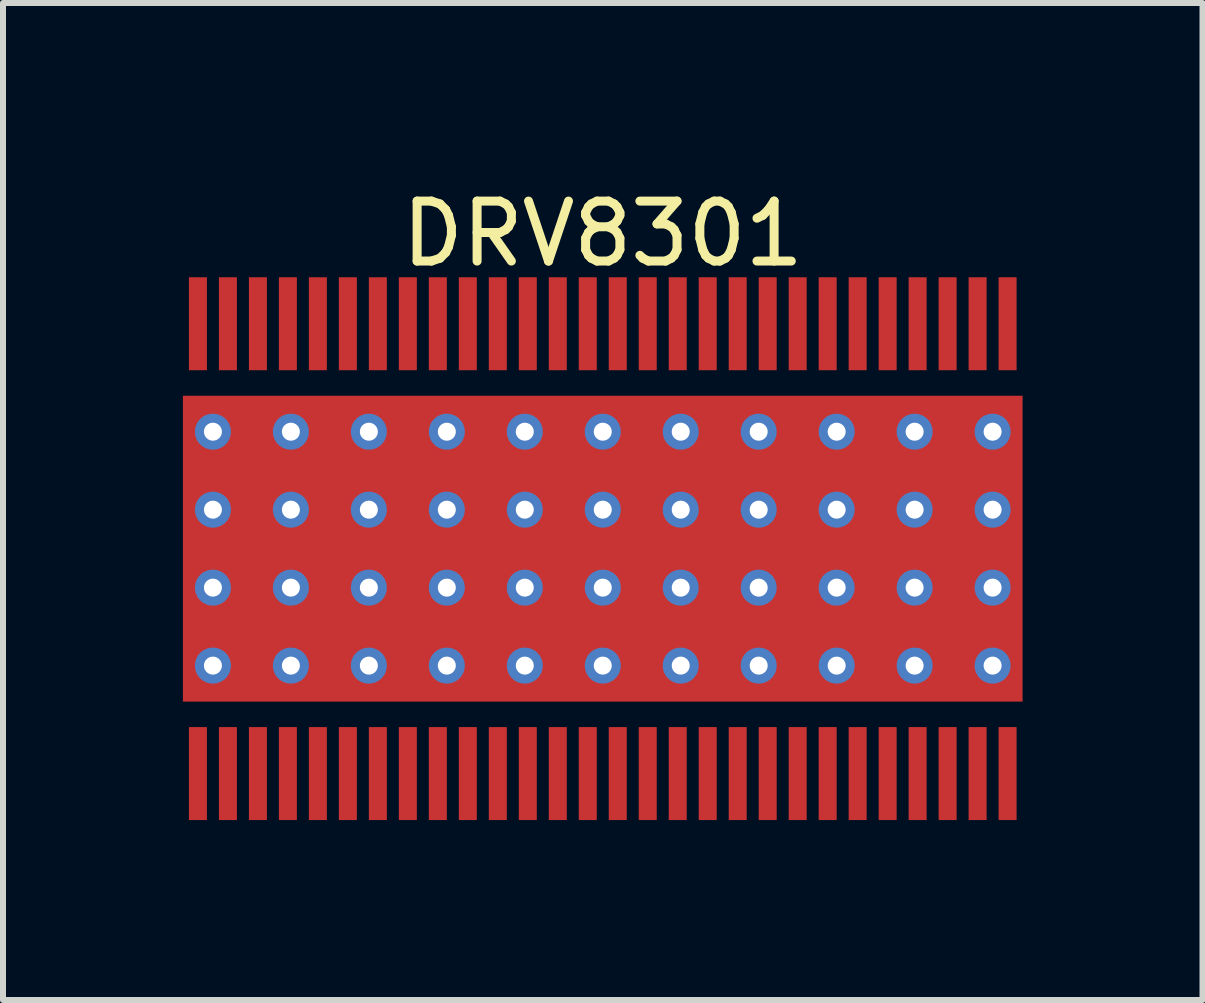
<source format=kicad_pcb>
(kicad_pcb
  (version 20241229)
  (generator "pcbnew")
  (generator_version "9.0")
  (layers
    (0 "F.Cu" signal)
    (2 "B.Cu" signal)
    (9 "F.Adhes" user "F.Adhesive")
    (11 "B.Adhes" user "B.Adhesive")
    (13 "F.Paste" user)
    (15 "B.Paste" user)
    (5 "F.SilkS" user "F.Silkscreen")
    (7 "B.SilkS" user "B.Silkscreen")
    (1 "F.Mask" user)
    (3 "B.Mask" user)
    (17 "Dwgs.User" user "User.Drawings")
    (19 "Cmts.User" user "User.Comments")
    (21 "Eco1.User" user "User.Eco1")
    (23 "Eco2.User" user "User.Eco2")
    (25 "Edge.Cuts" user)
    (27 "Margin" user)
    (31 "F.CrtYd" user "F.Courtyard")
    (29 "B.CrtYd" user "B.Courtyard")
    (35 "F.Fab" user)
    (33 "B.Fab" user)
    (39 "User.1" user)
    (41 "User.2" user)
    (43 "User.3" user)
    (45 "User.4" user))
  (footprint "DRV8301"
    (layer "F.Cu")
    (at 7 6.098)
    (property "Reference" "DRV8301" (at 0 -5.25 0) (layer "F.SilkS") (effects (font (size 1 1) (thickness 0.15))))
    (attr through_hole)
    (pad "" smd rect (at -1.6 -0.9) (size 2.7 1.4) (layers "F.Paste"))
    (pad "" smd rect (at -1.6 0.9) (size 2.7 1.4) (layers "F.Paste"))
    (pad "" smd rect (at 0 0) (size 6.35 3.61) (layers "F.Mask"))
    (pad "" smd rect (at 1.6 -0.9) (size 2.7 1.4) (layers "F.Paste"))
    (pad "" smd rect (at 1.6 0.9) (size 2.7 1.4) (layers "F.Paste"))
    (pad "1" smd rect (at -6.75 3.75) (size 0.3 1.55) (layers "F.Cu" "F.Mask" "F.Paste"))
    (pad "2" smd rect (at -6.25 3.75) (size 0.3 1.55) (layers "F.Cu" "F.Mask" "F.Paste"))
    (pad "3" smd rect (at -5.75 3.75) (size 0.3 1.55) (layers "F.Cu" "F.Mask" "F.Paste"))
    (pad "4" smd rect (at -5.25 3.75) (size 0.3 1.55) (layers "F.Cu" "F.Mask" "F.Paste"))
    (pad "5" smd rect (at -4.75 3.75) (size 0.3 1.55) (layers "F.Cu" "F.Mask" "F.Paste"))
    (pad "6" smd rect (at -4.25 3.75) (size 0.3 1.55) (layers "F.Cu" "F.Mask" "F.Paste"))
    (pad "7" smd rect (at -3.75 3.75) (size 0.3 1.55) (layers "F.Cu" "F.Mask" "F.Paste"))
    (pad "8" smd rect (at -3.25 3.75) (size 0.3 1.55) (layers "F.Cu" "F.Mask" "F.Paste"))
    (pad "9" smd rect (at -2.75 3.75) (size 0.3 1.55) (layers "F.Cu" "F.Mask" "F.Paste"))
    (pad "10" smd rect (at -2.25 3.75) (size 0.3 1.55) (layers "F.Cu" "F.Mask" "F.Paste"))
    (pad "11" smd rect (at -1.75 3.75) (size 0.3 1.55) (layers "F.Cu" "F.Mask" "F.Paste"))
    (pad "12" smd rect (at -1.25 3.75) (size 0.3 1.55) (layers "F.Cu" "F.Mask" "F.Paste"))
    (pad "13" smd rect (at -0.75 3.75) (size 0.3 1.55) (layers "F.Cu" "F.Mask" "F.Paste"))
    (pad "14" smd rect (at -0.25 3.75) (size 0.3 1.55) (layers "F.Cu" "F.Mask" "F.Paste"))
    (pad "15" smd rect (at 0.25 3.75) (size 0.3 1.55) (layers "F.Cu" "F.Mask" "F.Paste"))
    (pad "16" smd rect (at 0.75 3.75) (size 0.3 1.55) (layers "F.Cu" "F.Mask" "F.Paste"))
    (pad "17" smd rect (at 1.25 3.75) (size 0.3 1.55) (layers "F.Cu" "F.Mask" "F.Paste"))
    (pad "18" smd rect (at 1.75 3.75) (size 0.3 1.55) (layers "F.Cu" "F.Mask" "F.Paste"))
    (pad "19" smd rect (at 2.25 3.75) (size 0.3 1.55) (layers "F.Cu" "F.Mask" "F.Paste"))
    (pad "20" smd rect (at 2.75 3.75) (size 0.3 1.55) (layers "F.Cu" "F.Mask" "F.Paste"))
    (pad "21" smd rect (at 3.25 3.75) (size 0.3 1.55) (layers "F.Cu" "F.Mask" "F.Paste"))
    (pad "22" smd rect (at 3.75 3.75) (size 0.3 1.55) (layers "F.Cu" "F.Mask" "F.Paste"))
    (pad "23" smd rect (at 4.25 3.75) (size 0.3 1.55) (layers "F.Cu" "F.Mask" "F.Paste"))
    (pad "24" smd rect (at 4.75 3.75) (size 0.3 1.55) (layers "F.Cu" "F.Mask" "F.Paste"))
    (pad "25" smd rect (at 5.25 3.75) (size 0.3 1.55) (layers "F.Cu" "F.Mask" "F.Paste"))
    (pad "26" smd rect (at 5.75 3.75) (size 0.3 1.55) (layers "F.Cu" "F.Mask" "F.Paste"))
    (pad "27" smd rect (at 6.25 3.75) (size 0.3 1.55) (layers "F.Cu" "F.Mask" "F.Paste"))
    (pad "28" smd rect (at 6.75 3.75) (size 0.3 1.55) (layers "F.Cu" "F.Mask" "F.Paste"))
    (pad "29" smd rect (at 6.75 -3.75) (size 0.3 1.55) (layers "F.Cu" "F.Mask" "F.Paste"))
    (pad "30" smd rect (at 6.25 -3.75) (size 0.3 1.55) (layers "F.Cu" "F.Mask" "F.Paste"))
    (pad "31" smd rect (at 5.75 -3.75) (size 0.3 1.55) (layers "F.Cu" "F.Mask" "F.Paste"))
    (pad "32" smd rect (at 5.25 -3.75) (size 0.3 1.55) (layers "F.Cu" "F.Mask" "F.Paste"))
    (pad "33" smd rect (at 4.75 -3.75) (size 0.3 1.55) (layers "F.Cu" "F.Mask" "F.Paste"))
    (pad "34" smd rect (at 4.25 -3.75) (size 0.3 1.55) (layers "F.Cu" "F.Mask" "F.Paste"))
    (pad "35" smd rect (at 3.75 -3.75) (size 0.3 1.55) (layers "F.Cu" "F.Mask" "F.Paste"))
    (pad "36" smd rect (at 3.25 -3.75) (size 0.3 1.55) (layers "F.Cu" "F.Mask" "F.Paste"))
    (pad "37" smd rect (at 2.75 -3.75) (size 0.3 1.55) (layers "F.Cu" "F.Mask" "F.Paste"))
    (pad "38" smd rect (at 2.25 -3.75) (size 0.3 1.55) (layers "F.Cu" "F.Mask" "F.Paste"))
    (pad "39" smd rect (at 1.75 -3.75) (size 0.3 1.55) (layers "F.Cu" "F.Mask" "F.Paste"))
    (pad "40" smd rect (at 1.25 -3.75) (size 0.3 1.55) (layers "F.Cu" "F.Mask" "F.Paste"))
    (pad "41" smd rect (at 0.75 -3.75) (size 0.3 1.55) (layers "F.Cu" "F.Mask" "F.Paste"))
    (pad "42" smd rect (at 0.25 -3.75) (size 0.3 1.55) (layers "F.Cu" "F.Mask" "F.Paste"))
    (pad "43" smd rect (at -0.25 -3.75) (size 0.3 1.55) (layers "F.Cu" "F.Mask" "F.Paste"))
    (pad "44" smd rect (at -0.75 -3.75) (size 0.3 1.55) (layers "F.Cu" "F.Mask" "F.Paste"))
    (pad "45" smd rect (at -1.25 -3.75) (size 0.3 1.55) (layers "F.Cu" "F.Mask" "F.Paste"))
    (pad "46" smd rect (at -1.75 -3.75) (size 0.3 1.55) (layers "F.Cu" "F.Mask" "F.Paste"))
    (pad "47" smd rect (at -2.25 -3.75) (size 0.3 1.55) (layers "F.Cu" "F.Mask" "F.Paste"))
    (pad "48" smd rect (at -2.75 -3.75) (size 0.3 1.55) (layers "F.Cu" "F.Mask" "F.Paste"))
    (pad "49" smd rect (at -3.25 -3.75) (size 0.3 1.55) (layers "F.Cu" "F.Mask" "F.Paste"))
    (pad "50" smd rect (at -3.75 -3.75) (size 0.3 1.55) (layers "F.Cu" "F.Mask" "F.Paste"))
    (pad "51" smd rect (at -4.25 -3.75) (size 0.3 1.55) (layers "F.Cu" "F.Mask" "F.Paste"))
    (pad "52" smd rect (at -4.75 -3.75) (size 0.3 1.55) (layers "F.Cu" "F.Mask" "F.Paste"))
    (pad "53" smd rect (at -5.25 -3.75) (size 0.3 1.55) (layers "F.Cu" "F.Mask" "F.Paste"))
    (pad "54" smd rect (at -5.75 -3.75) (size 0.3 1.55) (layers "F.Cu" "F.Mask" "F.Paste"))
    (pad "55" smd rect (at -6.25 -3.75) (size 0.3 1.55) (layers "F.Cu" "F.Mask" "F.Paste"))
    (pad "56" smd rect (at -6.75 -3.75) (size 0.3 1.55) (layers "F.Cu" "F.Mask" "F.Paste"))
    (pad "57" smd rect (at 0 0) (size 14 5.1) (layers "F.Cu"))
    (pad "58" thru_hole circle (at -6.5 -1.95) (size 0.6 0.6) (drill 0.3) (layers "*.Cu"))
    (pad "59" thru_hole circle (at -6.5 -0.65) (size 0.6 0.6) (drill 0.3) (layers "*.Cu"))
    (pad "60" thru_hole circle (at -6.5 0.65) (size 0.6 0.6) (drill 0.3) (layers "*.Cu"))
    (pad "61" thru_hole circle (at -6.5 1.95) (size 0.6 0.6) (drill 0.3) (layers "*.Cu"))
    (pad "62" thru_hole circle (at -5.2 1.95) (size 0.6 0.6) (drill 0.3) (layers "*.Cu"))
    (pad "63" thru_hole circle (at -5.2 0.65) (size 0.6 0.6) (drill 0.3) (layers "*.Cu"))
    (pad "64" thru_hole circle (at -5.2 -0.65) (size 0.6 0.6) (drill 0.3) (layers "*.Cu"))
    (pad "65" thru_hole circle (at -5.2 -1.95) (size 0.6 0.6) (drill 0.3) (layers "*.Cu"))
    (pad "66" thru_hole circle (at -3.9 -1.95) (size 0.6 0.6) (drill 0.3) (layers "*.Cu"))
    (pad "67" thru_hole circle (at -3.9 -0.65) (size 0.6 0.6) (drill 0.3) (layers "*.Cu"))
    (pad "68" thru_hole circle (at -3.9 0.65) (size 0.6 0.6) (drill 0.3) (layers "*.Cu"))
    (pad "69" thru_hole circle (at -3.9 1.95) (size 0.6 0.6) (drill 0.3) (layers "*.Cu"))
    (pad "70" thru_hole circle (at -2.6 -1.95) (size 0.6 0.6) (drill 0.3) (layers "*.Cu"))
    (pad "71" thru_hole circle (at -1.3 -1.95) (size 0.6 0.6) (drill 0.3) (layers "*.Cu"))
    (pad "72" thru_hole circle (at 0 -1.95) (size 0.6 0.6) (drill 0.3) (layers "*.Cu"))
    (pad "73" thru_hole circle (at -2.6 -0.65) (size 0.6 0.6) (drill 0.3) (layers "*.Cu"))
    (pad "74" thru_hole circle (at -1.3 -0.65) (size 0.6 0.6) (drill 0.3) (layers "*.Cu"))
    (pad "75" thru_hole circle (at -2.6 0.65) (size 0.6 0.6) (drill 0.3) (layers "*.Cu"))
    (pad "76" thru_hole circle (at -1.3 0.65) (size 0.6 0.6) (drill 0.3) (layers "*.Cu"))
    (pad "77" thru_hole circle (at -2.6 1.95) (size 0.6 0.6) (drill 0.3) (layers "*.Cu"))
    (pad "78" thru_hole circle (at -1.3 1.95) (size 0.6 0.6) (drill 0.3) (layers "*.Cu"))
    (pad "79" thru_hole circle (at 0 1.95) (size 0.6 0.6) (drill 0.3) (layers "*.Cu"))
    (pad "80" thru_hole circle (at 0 0.65) (size 0.6 0.6) (drill 0.3) (layers "*.Cu"))
    (pad "81" thru_hole circle (at 0 -0.65) (size 0.6 0.6) (drill 0.3) (layers "*.Cu"))
    (pad "82" thru_hole circle (at 1.3 -1.95) (size 0.6 0.6) (drill 0.3) (layers "*.Cu"))
    (pad "83" thru_hole circle (at 1.3 -0.65) (size 0.6 0.6) (drill 0.3) (layers "*.Cu"))
    (pad "84" thru_hole circle (at 1.3 0.65) (size 0.6 0.6) (drill 0.3) (layers "*.Cu"))
    (pad "85" thru_hole circle (at 1.3 1.95) (size 0.6 0.6) (drill 0.3) (layers "*.Cu"))
    (pad "86" thru_hole circle (at 2.6 1.95) (size 0.6 0.6) (drill 0.3) (layers "*.Cu"))
    (pad "87" thru_hole circle (at 2.6 0.65) (size 0.6 0.6) (drill 0.3) (layers "*.Cu"))
    (pad "88" thru_hole circle (at 2.6 -0.65) (size 0.6 0.6) (drill 0.3) (layers "*.Cu"))
    (pad "89" thru_hole circle (at 2.6 -1.95) (size 0.6 0.6) (drill 0.3) (layers "*.Cu"))
    (pad "90" thru_hole circle (at 3.9 -1.95) (size 0.6 0.6) (drill 0.3) (layers "*.Cu"))
    (pad "91" thru_hole circle (at 3.9 -0.65) (size 0.6 0.6) (drill 0.3) (layers "*.Cu"))
    (pad "92" thru_hole circle (at 3.9 0.65) (size 0.6 0.6) (drill 0.3) (layers "*.Cu"))
    (pad "93" thru_hole circle (at 3.9 1.95) (size 0.6 0.6) (drill 0.3) (layers "*.Cu"))
    (pad "94" thru_hole circle (at 5.2 1.95) (size 0.6 0.6) (drill 0.3) (layers "*.Cu"))
    (pad "95" thru_hole circle (at 5.2 0.65) (size 0.6 0.6) (drill 0.3) (layers "*.Cu"))
    (pad "96" thru_hole circle (at 5.2 -0.65) (size 0.6 0.6) (drill 0.3) (layers "*.Cu"))
    (pad "97" thru_hole circle (at 5.2 -1.95) (size 0.6 0.6) (drill 0.3) (layers "*.Cu"))
    (pad "98" thru_hole circle (at 6.5 -1.95) (size 0.6 0.6) (drill 0.3) (layers "*.Cu"))
    (pad "99" thru_hole circle (at 6.5 -0.65) (size 0.6 0.6) (drill 0.3) (layers "*.Cu"))
    (pad "100" thru_hole circle (at 6.5 0.65) (size 0.6 0.6) (drill 0.3) (layers "*.Cu"))
    (pad "101" thru_hole circle (at 6.5 1.95) (size 0.6 0.6) (drill 0.3) (layers "*.Cu")))
  (gr_rect
    (start -3 -3)
    (end 17 13.623)
    (stroke (width 0.1) (type default))
    (fill no)
    (layer "Edge.Cuts")))
</source>
